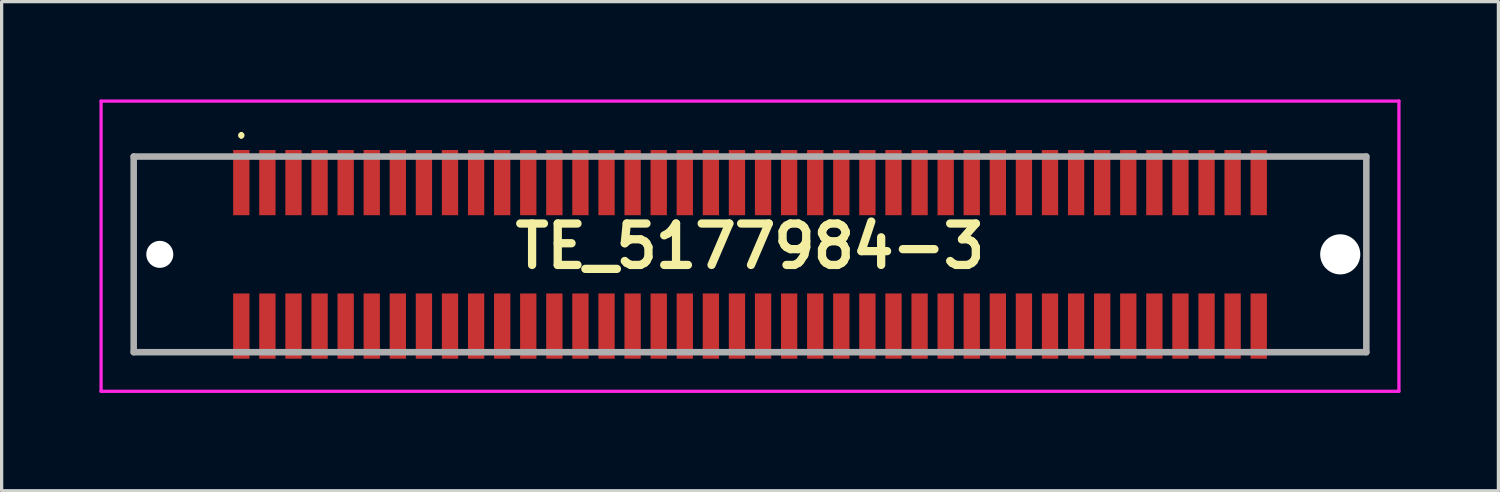
<source format=kicad_pcb>
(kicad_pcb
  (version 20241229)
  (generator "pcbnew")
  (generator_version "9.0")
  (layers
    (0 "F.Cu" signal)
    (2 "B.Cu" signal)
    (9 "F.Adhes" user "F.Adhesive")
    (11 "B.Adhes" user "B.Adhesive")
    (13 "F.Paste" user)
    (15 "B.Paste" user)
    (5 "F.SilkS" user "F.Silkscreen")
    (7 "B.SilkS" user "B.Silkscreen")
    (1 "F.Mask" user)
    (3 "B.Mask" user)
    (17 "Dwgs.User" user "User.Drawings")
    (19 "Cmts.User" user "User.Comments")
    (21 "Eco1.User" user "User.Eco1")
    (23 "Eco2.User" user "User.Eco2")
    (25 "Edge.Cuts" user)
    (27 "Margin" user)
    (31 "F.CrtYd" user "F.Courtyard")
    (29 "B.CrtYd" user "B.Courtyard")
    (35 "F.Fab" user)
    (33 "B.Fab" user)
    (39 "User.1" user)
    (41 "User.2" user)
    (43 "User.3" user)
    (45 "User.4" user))
  (footprint "TE_5177984-3"
    (layer "F.Cu")
    (at 19.95 4.75)
    (property "Reference" "TE_5177984-3" (at 0 -0.25 0) (layer "F.SilkS") (effects (font (size 1.27 1.27) (thickness 0.254))))
    (attr through_hole)
    (fp_line (start -18.9 -3) (end -16.2 -3) (stroke (width 0.1) (type solid)) (layer "F.SilkS"))
    (fp_line (start -18.9 3) (end -18.9 -3) (stroke (width 0.1) (type solid)) (layer "F.SilkS"))
    (fp_line (start -16.2 3) (end -18.9 3) (stroke (width 0.1) (type solid)) (layer "F.SilkS"))
    (fp_line (start -15.6 -3.7) (end -15.6 -3.7) (stroke (width 0.1) (type solid)) (layer "F.SilkS"))
    (fp_line (start -15.6 -3.6) (end -15.6 -3.6) (stroke (width 0.1) (type solid)) (layer "F.SilkS"))
    (fp_line (start 16.2 3) (end 18.9 3) (stroke (width 0.1) (type solid)) (layer "F.SilkS"))
    (fp_line (start 18.9 -3) (end 16.2 -3) (stroke (width 0.1) (type solid)) (layer "F.SilkS"))
    (fp_line (start 18.9 3) (end 18.9 -3) (stroke (width 0.1) (type solid)) (layer "F.SilkS"))
    (fp_arc (start -15.6 -3.7) (mid -15.55 -3.65) (end -15.6 -3.6) (stroke (width 0.1) (type solid)) (layer "F.SilkS"))
    (fp_arc (start -15.6 -3.6) (mid -15.65 -3.65) (end -15.6 -3.7) (stroke (width 0.1) (type solid)) (layer "F.SilkS"))
    (fp_line (start -19.9 -4.7) (end 19.9 -4.7) (stroke (width 0.1) (type solid)) (layer "F.CrtYd"))
    (fp_line (start -19.9 4.2) (end -19.9 -4.7) (stroke (width 0.1) (type solid)) (layer "F.CrtYd"))
    (fp_line (start 19.9 -4.7) (end 19.9 4.2) (stroke (width 0.1) (type solid)) (layer "F.CrtYd"))
    (fp_line (start 19.9 4.2) (end -19.9 4.2) (stroke (width 0.1) (type solid)) (layer "F.CrtYd"))
    (fp_line (start -18.9 -3) (end 18.9 -3) (stroke (width 0.2) (type solid)) (layer "F.Fab"))
    (fp_line (start -18.9 3) (end -18.9 -3) (stroke (width 0.2) (type solid)) (layer "F.Fab"))
    (fp_line (start 18.9 -3) (end 18.9 3) (stroke (width 0.2) (type solid)) (layer "F.Fab"))
    (fp_line (start 18.9 3) (end -18.9 3) (stroke (width 0.2) (type solid)) (layer "F.Fab"))
    (pad "" np_thru_hole circle (at -18.1 0) (size 0.83 0.83) (drill 0.83) (layers "*.Cu" "*.Mask"))
    (pad "" np_thru_hole circle (at 18.1 0) (size 1.23 1.23) (drill 1.23) (layers "*.Cu" "*.Mask"))
    (pad "1" smd rect (at -15.6 -2.2) (size 0.5 2) (layers "F.Cu" "F.Mask" "F.Paste"))
    (pad "2" smd rect (at -15.6 2.2) (size 0.5 2) (layers "F.Cu" "F.Mask" "F.Paste"))
    (pad "3" smd rect (at -14.8 -2.2) (size 0.5 2) (layers "F.Cu" "F.Mask" "F.Paste"))
    (pad "4" smd rect (at -14.8 2.2) (size 0.5 2) (layers "F.Cu" "F.Mask" "F.Paste"))
    (pad "5" smd rect (at -14 -2.2) (size 0.5 2) (layers "F.Cu" "F.Mask" "F.Paste"))
    (pad "6" smd rect (at -14 2.2) (size 0.5 2) (layers "F.Cu" "F.Mask" "F.Paste"))
    (pad "7" smd rect (at -13.2 -2.2) (size 0.5 2) (layers "F.Cu" "F.Mask" "F.Paste"))
    (pad "8" smd rect (at -13.2 2.2) (size 0.5 2) (layers "F.Cu" "F.Mask" "F.Paste"))
    (pad "9" smd rect (at -12.4 -2.2) (size 0.5 2) (layers "F.Cu" "F.Mask" "F.Paste"))
    (pad "10" smd rect (at -12.4 2.2) (size 0.5 2) (layers "F.Cu" "F.Mask" "F.Paste"))
    (pad "11" smd rect (at -11.6 -2.2) (size 0.5 2) (layers "F.Cu" "F.Mask" "F.Paste"))
    (pad "12" smd rect (at -11.6 2.2) (size 0.5 2) (layers "F.Cu" "F.Mask" "F.Paste"))
    (pad "13" smd rect (at -10.8 -2.2) (size 0.5 2) (layers "F.Cu" "F.Mask" "F.Paste"))
    (pad "14" smd rect (at -10.8 2.2) (size 0.5 2) (layers "F.Cu" "F.Mask" "F.Paste"))
    (pad "15" smd rect (at -10 -2.2) (size 0.5 2) (layers "F.Cu" "F.Mask" "F.Paste"))
    (pad "16" smd rect (at -10 2.2) (size 0.5 2) (layers "F.Cu" "F.Mask" "F.Paste"))
    (pad "17" smd rect (at -9.2 -2.2) (size 0.5 2) (layers "F.Cu" "F.Mask" "F.Paste"))
    (pad "18" smd rect (at -9.2 2.2) (size 0.5 2) (layers "F.Cu" "F.Mask" "F.Paste"))
    (pad "19" smd rect (at -8.4 -2.2) (size 0.5 2) (layers "F.Cu" "F.Mask" "F.Paste"))
    (pad "20" smd rect (at -8.4 2.2) (size 0.5 2) (layers "F.Cu" "F.Mask" "F.Paste"))
    (pad "21" smd rect (at -7.6 -2.2) (size 0.5 2) (layers "F.Cu" "F.Mask" "F.Paste"))
    (pad "22" smd rect (at -7.6 2.2) (size 0.5 2) (layers "F.Cu" "F.Mask" "F.Paste"))
    (pad "23" smd rect (at -6.8 -2.2) (size 0.5 2) (layers "F.Cu" "F.Mask" "F.Paste"))
    (pad "24" smd rect (at -6.8 2.2) (size 0.5 2) (layers "F.Cu" "F.Mask" "F.Paste"))
    (pad "25" smd rect (at -6 -2.2) (size 0.5 2) (layers "F.Cu" "F.Mask" "F.Paste"))
    (pad "26" smd rect (at -6 2.2) (size 0.5 2) (layers "F.Cu" "F.Mask" "F.Paste"))
    (pad "27" smd rect (at -5.2 -2.2) (size 0.5 2) (layers "F.Cu" "F.Mask" "F.Paste"))
    (pad "28" smd rect (at -5.2 2.2) (size 0.5 2) (layers "F.Cu" "F.Mask" "F.Paste"))
    (pad "29" smd rect (at -4.4 -2.2) (size 0.5 2) (layers "F.Cu" "F.Mask" "F.Paste"))
    (pad "30" smd rect (at -4.4 2.2) (size 0.5 2) (layers "F.Cu" "F.Mask" "F.Paste"))
    (pad "31" smd rect (at -3.6 -2.2) (size 0.5 2) (layers "F.Cu" "F.Mask" "F.Paste"))
    (pad "32" smd rect (at -3.6 2.2) (size 0.5 2) (layers "F.Cu" "F.Mask" "F.Paste"))
    (pad "33" smd rect (at -2.8 -2.2) (size 0.5 2) (layers "F.Cu" "F.Mask" "F.Paste"))
    (pad "34" smd rect (at -2.8 2.2) (size 0.5 2) (layers "F.Cu" "F.Mask" "F.Paste"))
    (pad "35" smd rect (at -2 -2.2) (size 0.5 2) (layers "F.Cu" "F.Mask" "F.Paste"))
    (pad "36" smd rect (at -2 2.2) (size 0.5 2) (layers "F.Cu" "F.Mask" "F.Paste"))
    (pad "37" smd rect (at -1.2 -2.2) (size 0.5 2) (layers "F.Cu" "F.Mask" "F.Paste"))
    (pad "38" smd rect (at -1.2 2.2) (size 0.5 2) (layers "F.Cu" "F.Mask" "F.Paste"))
    (pad "39" smd rect (at -0.4 -2.2) (size 0.5 2) (layers "F.Cu" "F.Mask" "F.Paste"))
    (pad "40" smd rect (at -0.4 2.2) (size 0.5 2) (layers "F.Cu" "F.Mask" "F.Paste"))
    (pad "41" smd rect (at 0.4 -2.2) (size 0.5 2) (layers "F.Cu" "F.Mask" "F.Paste"))
    (pad "42" smd rect (at 0.4 2.2) (size 0.5 2) (layers "F.Cu" "F.Mask" "F.Paste"))
    (pad "43" smd rect (at 1.2 -2.2) (size 0.5 2) (layers "F.Cu" "F.Mask" "F.Paste"))
    (pad "44" smd rect (at 1.2 2.2) (size 0.5 2) (layers "F.Cu" "F.Mask" "F.Paste"))
    (pad "45" smd rect (at 2 -2.2) (size 0.5 2) (layers "F.Cu" "F.Mask" "F.Paste"))
    (pad "46" smd rect (at 2 2.2) (size 0.5 2) (layers "F.Cu" "F.Mask" "F.Paste"))
    (pad "47" smd rect (at 2.8 -2.2) (size 0.5 2) (layers "F.Cu" "F.Mask" "F.Paste"))
    (pad "48" smd rect (at 2.8 2.2) (size 0.5 2) (layers "F.Cu" "F.Mask" "F.Paste"))
    (pad "49" smd rect (at 3.6 -2.2) (size 0.5 2) (layers "F.Cu" "F.Mask" "F.Paste"))
    (pad "50" smd rect (at 3.6 2.2) (size 0.5 2) (layers "F.Cu" "F.Mask" "F.Paste"))
    (pad "51" smd rect (at 4.4 -2.2) (size 0.5 2) (layers "F.Cu" "F.Mask" "F.Paste"))
    (pad "52" smd rect (at 4.4 2.2) (size 0.5 2) (layers "F.Cu" "F.Mask" "F.Paste"))
    (pad "53" smd rect (at 5.2 -2.2) (size 0.5 2) (layers "F.Cu" "F.Mask" "F.Paste"))
    (pad "54" smd rect (at 5.2 2.2) (size 0.5 2) (layers "F.Cu" "F.Mask" "F.Paste"))
    (pad "55" smd rect (at 6 -2.2) (size 0.5 2) (layers "F.Cu" "F.Mask" "F.Paste"))
    (pad "56" smd rect (at 6 2.2) (size 0.5 2) (layers "F.Cu" "F.Mask" "F.Paste"))
    (pad "57" smd rect (at 6.8 -2.2) (size 0.5 2) (layers "F.Cu" "F.Mask" "F.Paste"))
    (pad "58" smd rect (at 6.8 2.2) (size 0.5 2) (layers "F.Cu" "F.Mask" "F.Paste"))
    (pad "59" smd rect (at 7.6 -2.2) (size 0.5 2) (layers "F.Cu" "F.Mask" "F.Paste"))
    (pad "60" smd rect (at 7.6 2.2) (size 0.5 2) (layers "F.Cu" "F.Mask" "F.Paste"))
    (pad "61" smd rect (at 8.4 -2.2) (size 0.5 2) (layers "F.Cu" "F.Mask" "F.Paste"))
    (pad "62" smd rect (at 8.4 2.2) (size 0.5 2) (layers "F.Cu" "F.Mask" "F.Paste"))
    (pad "63" smd rect (at 9.2 -2.2) (size 0.5 2) (layers "F.Cu" "F.Mask" "F.Paste"))
    (pad "64" smd rect (at 9.2 2.2) (size 0.5 2) (layers "F.Cu" "F.Mask" "F.Paste"))
    (pad "65" smd rect (at 10 -2.2) (size 0.5 2) (layers "F.Cu" "F.Mask" "F.Paste"))
    (pad "66" smd rect (at 10 2.2) (size 0.5 2) (layers "F.Cu" "F.Mask" "F.Paste"))
    (pad "67" smd rect (at 10.8 -2.2) (size 0.5 2) (layers "F.Cu" "F.Mask" "F.Paste"))
    (pad "68" smd rect (at 10.8 2.2) (size 0.5 2) (layers "F.Cu" "F.Mask" "F.Paste"))
    (pad "69" smd rect (at 11.6 -2.2) (size 0.5 2) (layers "F.Cu" "F.Mask" "F.Paste"))
    (pad "70" smd rect (at 11.6 2.2) (size 0.5 2) (layers "F.Cu" "F.Mask" "F.Paste"))
    (pad "71" smd rect (at 12.4 -2.2) (size 0.5 2) (layers "F.Cu" "F.Mask" "F.Paste"))
    (pad "72" smd rect (at 12.4 2.2) (size 0.5 2) (layers "F.Cu" "F.Mask" "F.Paste"))
    (pad "73" smd rect (at 13.2 -2.2) (size 0.5 2) (layers "F.Cu" "F.Mask" "F.Paste"))
    (pad "74" smd rect (at 13.2 2.2) (size 0.5 2) (layers "F.Cu" "F.Mask" "F.Paste"))
    (pad "75" smd rect (at 14 -2.2) (size 0.5 2) (layers "F.Cu" "F.Mask" "F.Paste"))
    (pad "76" smd rect (at 14 2.2) (size 0.5 2) (layers "F.Cu" "F.Mask" "F.Paste"))
    (pad "77" smd rect (at 14.8 -2.2) (size 0.5 2) (layers "F.Cu" "F.Mask" "F.Paste"))
    (pad "78" smd rect (at 14.8 2.2) (size 0.5 2) (layers "F.Cu" "F.Mask" "F.Paste"))
    (pad "79" smd rect (at 15.6 -2.2) (size 0.5 2) (layers "F.Cu" "F.Mask" "F.Paste"))
    (pad "80" smd rect (at 15.6 2.2) (size 0.5 2) (layers "F.Cu" "F.Mask" "F.Paste")))
  (gr_rect
    (start -3 -3)
    (end 42.9 12)
    (stroke (width 0.1) (type default))
    (fill no)
    (layer "Edge.Cuts")))
</source>
